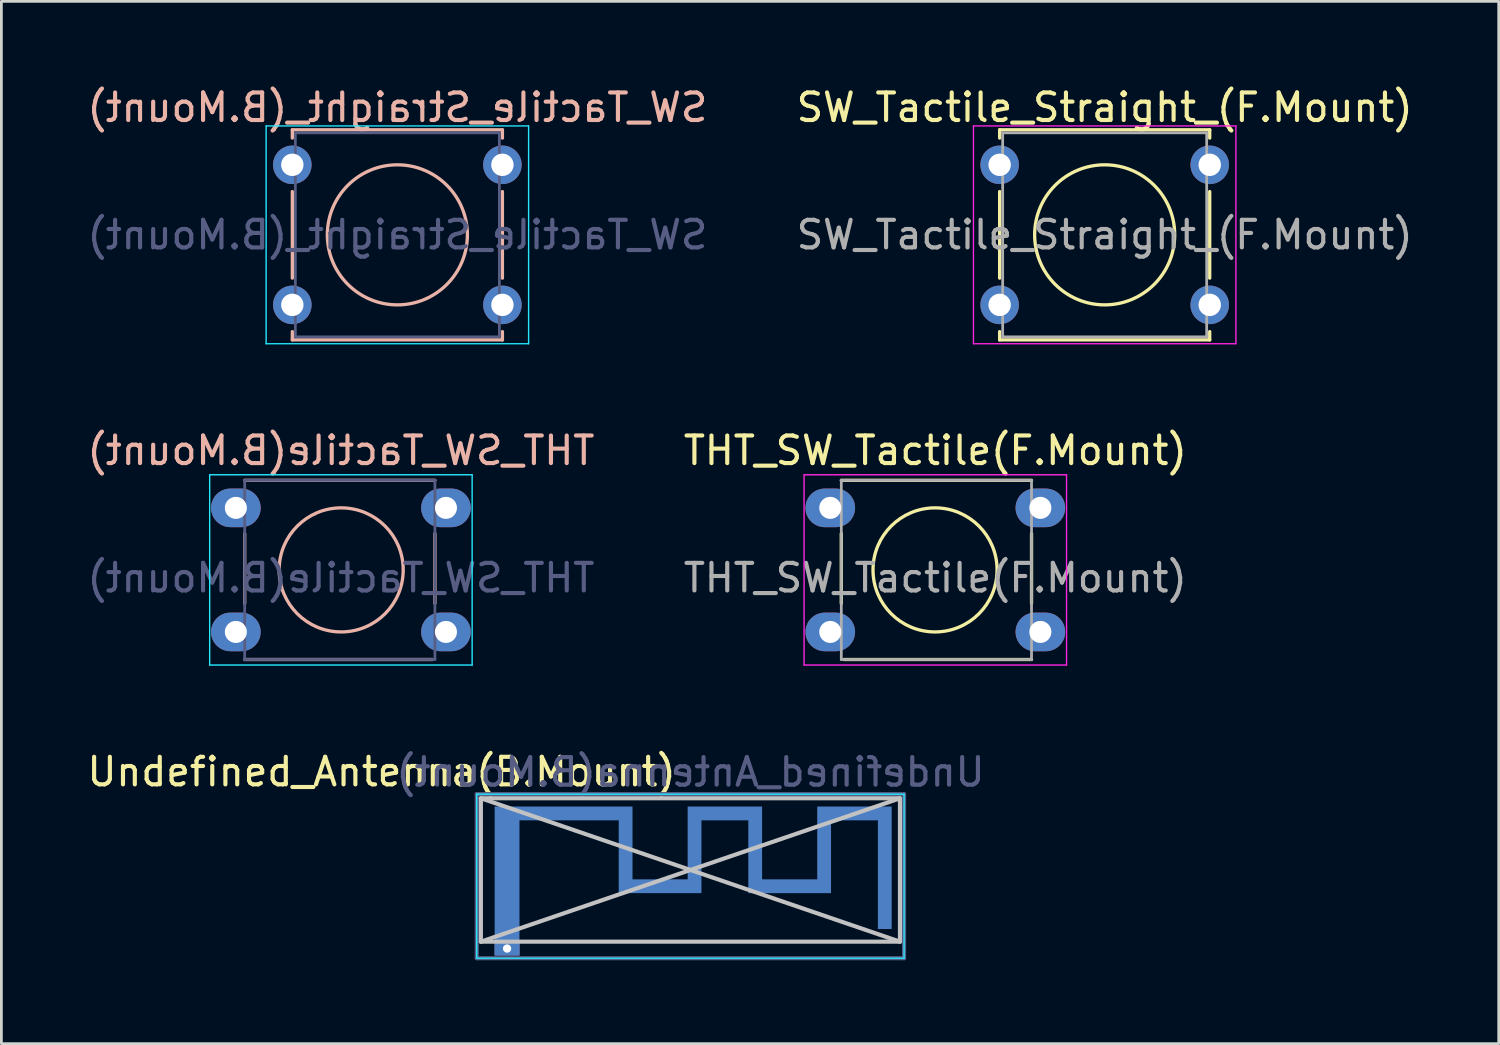
<source format=kicad_pcb>
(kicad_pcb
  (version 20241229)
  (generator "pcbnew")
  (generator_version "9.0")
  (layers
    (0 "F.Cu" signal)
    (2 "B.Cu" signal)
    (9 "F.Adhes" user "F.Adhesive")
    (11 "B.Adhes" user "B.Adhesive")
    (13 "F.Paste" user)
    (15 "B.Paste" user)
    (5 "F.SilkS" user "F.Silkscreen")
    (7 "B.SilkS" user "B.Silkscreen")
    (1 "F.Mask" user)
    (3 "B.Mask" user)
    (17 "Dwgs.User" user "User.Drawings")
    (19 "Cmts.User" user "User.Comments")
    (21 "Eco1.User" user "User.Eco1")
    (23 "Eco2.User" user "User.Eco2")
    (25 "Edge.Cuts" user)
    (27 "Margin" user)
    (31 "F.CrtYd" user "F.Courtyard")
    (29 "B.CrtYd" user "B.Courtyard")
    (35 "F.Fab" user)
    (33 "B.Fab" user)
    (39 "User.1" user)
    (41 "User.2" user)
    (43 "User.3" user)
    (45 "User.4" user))
  (footprint "THT_SW_Tactile(F.Mount)"
    (layer "F.Cu")
    (at 27.065 15.371)
    (property "Reference" "THT_SW_Tactile(F.Mount)" (at 3.81 -2.08 0) (layer "F.SilkS") (effects (font (size 1 1) (thickness 0.15))))
    (attr through_hole)
    (fp_line (start 0.4 -1) (end 7.3 -1) (stroke (width 0.12) (type solid)) (layer "F.SilkS"))
    (fp_line (start 0.4 0.935) (end 0.4 3.465) (stroke (width 0.12) (type solid)) (layer "F.SilkS"))
    (fp_line (start 7.3 0.935) (end 7.3 3.465) (stroke (width 0.12) (type solid)) (layer "F.SilkS"))
    (fp_line (start 7.3 5.5) (end 0.5 5.5) (stroke (width 0.12) (type solid)) (layer "F.SilkS"))
    (fp_circle (center 3.8 2.25) (end 6.05 2.25) (stroke (width 0.12) (type solid)) (fill no) (layer "F.SilkS"))
    (fp_line (start -0.95 -1.2) (end -0.95 5.7) (stroke (width 0.05) (type solid)) (layer "F.CrtYd"))
    (fp_line (start -0.95 -1.2) (end 8.57 -1.2) (stroke (width 0.05) (type solid)) (layer "F.CrtYd"))
    (fp_line (start 8.57 5.7) (end -0.95 5.7) (stroke (width 0.05) (type solid)) (layer "F.CrtYd"))
    (fp_line (start 8.57 5.7) (end 8.57 -1.2) (stroke (width 0.05) (type solid)) (layer "F.CrtYd"))
    (fp_line (start 0.4 -1) (end 7.3 -1) (stroke (width 0.1) (type solid)) (layer "F.Fab"))
    (fp_line (start 0.4 5.5) (end 0.4 -1) (stroke (width 0.1) (type solid)) (layer "F.Fab"))
    (fp_line (start 7.3 -1) (end 7.3 5.5) (stroke (width 0.1) (type solid)) (layer "F.Fab"))
    (fp_line (start 7.3 5.5) (end 0.4 5.5) (stroke (width 0.1) (type solid)) (layer "F.Fab"))
    (fp_text user "${REFERENCE}" (at 3.81 2.54 0) (layer "F.Fab") (effects (font (size 1 1) (thickness 0.15))))
    (pad "1" thru_hole oval (at 0 0) (size 1.8 1.4) (drill 0.8) (layers "*.Cu" "*.Mask"))
    (pad "2" thru_hole oval (at 7.62 0) (size 1.8 1.4) (drill 0.8) (layers "*.Cu" "*.Mask"))
    (pad "3" thru_hole oval (at 0 4.5) (size 1.8 1.4) (drill 0.8) (layers "*.Cu" "*.Mask"))
    (pad "4" thru_hole oval (at 7.62 4.5) (size 1.8 1.4) (drill 0.8) (layers "*.Cu" "*.Mask")))
  (footprint "THT_SW_Tactile(B.Mount)"
    (layer "F.Cu")
    (at 13.125 15.371)
    (property "Reference" "THT_SW_Tactile(B.Mount)" (at -3.81 -2.08 0) (layer "B.SilkS") (effects (font (size 1 1) (thickness 0.15)) (justify mirror)))
    (attr through_hole)
    (fp_line (start -7.3 0.935) (end -7.3 3.465) (stroke (width 0.12) (type solid)) (layer "B.SilkS"))
    (fp_line (start -7.3 5.5) (end -0.5 5.5) (stroke (width 0.12) (type solid)) (layer "B.SilkS"))
    (fp_line (start -0.4 -1) (end -7.3 -1) (stroke (width 0.12) (type solid)) (layer "B.SilkS"))
    (fp_line (start -0.4 0.935) (end -0.4 3.465) (stroke (width 0.12) (type solid)) (layer "B.SilkS"))
    (fp_circle (center -3.8 2.25) (end -6.05 2.25) (stroke (width 0.12) (type solid)) (fill no) (layer "B.SilkS"))
    (fp_line (start -8.57 5.7) (end -8.57 -1.2) (stroke (width 0.05) (type solid)) (layer "B.CrtYd"))
    (fp_line (start -8.57 5.7) (end 0.95 5.7) (stroke (width 0.05) (type solid)) (layer "B.CrtYd"))
    (fp_line (start 0.95 -1.2) (end -8.57 -1.2) (stroke (width 0.05) (type solid)) (layer "B.CrtYd"))
    (fp_line (start 0.95 -1.2) (end 0.95 5.7) (stroke (width 0.05) (type solid)) (layer "B.CrtYd"))
    (fp_line (start -7.3 -1) (end -7.3 5.5) (stroke (width 0.1) (type solid)) (layer "B.Fab"))
    (fp_line (start -7.3 5.5) (end -0.4 5.5) (stroke (width 0.1) (type solid)) (layer "B.Fab"))
    (fp_line (start -0.4 -1) (end -7.3 -1) (stroke (width 0.1) (type solid)) (layer "B.Fab"))
    (fp_line (start -0.4 5.5) (end -0.4 -1) (stroke (width 0.1) (type solid)) (layer "B.Fab"))
    (fp_text user "${REFERENCE}" (at -3.81 2.54 0) (layer "B.Fab") (effects (font (size 1 1) (thickness 0.15)) (justify mirror)))
    (pad "1" thru_hole oval (at 0 0) (size 1.8 1.4) (drill 0.8) (layers "*.Cu" "*.Mask"))
    (pad "2" thru_hole oval (at -7.62 0) (size 1.8 1.4) (drill 0.8) (layers "*.Cu" "*.Mask"))
    (pad "3" thru_hole oval (at 0 4.5) (size 1.8 1.4) (drill 0.8) (layers "*.Cu" "*.Mask"))
    (pad "4" thru_hole oval (at -7.62 4.5) (size 1.8 1.4) (drill 0.8) (layers "*.Cu" "*.Mask")))
  (footprint "Undefined_Antenna(B.Mount)"
    (layer "F.Cu")
    (at 15.342 31.355)
    (property "Reference" "Undefined_Antenna(B.Mount)" (at -4.55 -6.41 0) (layer "F.SilkS") (effects (font (size 1 1) (thickness 0.15))))
    (attr exclude_from_pos_files exclude_from_bom)
    (fp_poly (pts (xy 4.55 -2.51) (xy 6.55 -2.51) (xy 6.55 -5.15) (xy 9.25 -5.15) (xy 9.25 -2.51) (xy 11.25 -2.51) (xy 11.25 -5.15) (xy 13.95 -5.15) (xy 13.95 -0.71) (xy 13.45 -0.71) (xy 13.45 -4.65) (xy 11.75 -4.65) (xy 11.75 -2.01) (xy 8.75 -2.01) (xy 8.75 -4.65) (xy 7.05 -4.65) (xy 7.05 -2.01) (xy 4.05 -2.01) (xy 4.05 -4.65) (xy 2.35 -4.65) (xy 1.85 -4.65) (xy 0.45 -4.65) (xy 0.45 0.25) (xy -0.45 0.25) (xy -0.45 0.007) (xy -0.148 0.007) (xy -0.138 0.054) (xy -0.114 0.097) (xy -0.076 0.13) (xy -0.068 0.134) (xy -0.025 0.146) (xy 0.023 0.145) (xy 0.069 0.132) (xy 0.087 0.122) (xy 0.121 0.087) (xy 0.142 0.041) (xy 0.148 -0.008) (xy 0.14 -0.056) (xy 0.123 -0.089) (xy 0.088 -0.121) (xy 0.042 -0.141) (xy -0.007 -0.148) (xy -0.055 -0.14) (xy -0.088 -0.123) (xy -0.123 -0.086) (xy -0.143 -0.042) (xy -0.148 0.007) (xy -0.45 0.007) (xy -0.45 -5.15) (xy 4.55 -5.15) (xy 4.55 -2.51)) (stroke (width 0) (type solid)) (fill yes) (layer "B.Cu"))
    (fp_line (start -0.95 -5.45) (end 14.25 -5.45) (stroke (width 0.15) (type solid)) (layer "Dwgs.User"))
    (fp_line (start -0.95 -5.45) (end 14.25 -0.25) (stroke (width 0.15) (type solid)) (layer "Dwgs.User"))
    (fp_line (start -0.95 -0.25) (end -0.95 -5.45) (stroke (width 0.15) (type solid)) (layer "Dwgs.User"))
    (fp_line (start -0.95 -0.25) (end 14.25 -5.45) (stroke (width 0.15) (type solid)) (layer "Dwgs.User"))
    (fp_line (start -0.95 -0.25) (end 14.25 -0.25) (stroke (width 0.15) (type solid)) (layer "Dwgs.User"))
    (fp_line (start 14.25 -0.25) (end 14.25 -5.45) (stroke (width 0.15) (type solid)) (layer "Dwgs.User"))
    (fp_line (start -1.1 -5.6) (end 14.4 -5.6) (stroke (width 0.05) (type solid)) (layer "B.CrtYd"))
    (fp_line (start -1.1 0.35) (end -1.1 -5.6) (stroke (width 0.05) (type solid)) (layer "B.CrtYd"))
    (fp_line (start 14.4 -5.6) (end 14.4 0.35) (stroke (width 0.05) (type solid)) (layer "B.CrtYd"))
    (fp_line (start 14.4 0.35) (end -1.1 0.35) (stroke (width 0.05) (type solid)) (layer "B.CrtYd"))
    (fp_line (start -1.1 -5.6) (end 14.4 -5.6) (stroke (width 0.15) (type solid)) (layer "B.Fab"))
    (fp_line (start -1.1 0.35) (end -1.1 -5.6) (stroke (width 0.15) (type solid)) (layer "B.Fab"))
    (fp_line (start 14.4 -5.6) (end 14.4 0.35) (stroke (width 0.15) (type solid)) (layer "B.Fab"))
    (fp_line (start 14.4 0.35) (end -1.1 0.35) (stroke (width 0.15) (type solid)) (layer "B.Fab"))
    (fp_text user "${REFERENCE}" (at 6.65 -6.4 0) (layer "B.Fab") (effects (font (size 1 1) (thickness 0.15)) (justify mirror)))
    (pad "2" thru_hole rect (at 0 0) (size 0.9 0.5) (drill 0.3) (layers "*.Cu"))
    (zone (net_name "") (layer "B.Cu") (hatch edge 0.508) (connect_pads) (min_thickness 0.254) (filled_areas_thickness no) (keepout (tracks not_allowed) (vias not_allowed) (pads not_allowed) (copperpour allowed) (footprints allowed)) (placement (enabled no)) (fill) (polygon (pts (xy 14.142 31.805) (xy 29.842 31.805) (xy 29.842 25.655) (xy 14.142 25.655)))))
  (footprint "SW_Tactile_Straight_(F.Mount)"
    (layer "F.Cu")
    (at 33.208 2.928)
    (property "Reference" "SW_Tactile_Straight_(F.Mount)" (at 3.81 -2.08 0) (layer "F.SilkS") (effects (font (size 1 1) (thickness 0.15))))
    (attr through_hole)
    (fp_line (start 0 -1.27) (end 0 -0.97) (stroke (width 0.12) (type solid)) (layer "F.SilkS"))
    (fp_line (start 0 -1.27) (end 7.62 -1.27) (stroke (width 0.12) (type solid)) (layer "F.SilkS"))
    (fp_line (start 0 0.97) (end 0 4.11) (stroke (width 0.12) (type solid)) (layer "F.SilkS"))
    (fp_line (start 0 6.05) (end 0 6.35) (stroke (width 0.12) (type solid)) (layer "F.SilkS"))
    (fp_line (start 7.62 -1.27) (end 7.62 -0.97) (stroke (width 0.12) (type solid)) (layer "F.SilkS"))
    (fp_line (start 7.62 0.97) (end 7.62 4.11) (stroke (width 0.12) (type solid)) (layer "F.SilkS"))
    (fp_line (start 7.62 6.05) (end 7.62 6.35) (stroke (width 0.12) (type solid)) (layer "F.SilkS"))
    (fp_line (start 7.62 6.35) (end 0 6.35) (stroke (width 0.12) (type solid)) (layer "F.SilkS"))
    (fp_circle (center 3.81 2.54) (end 3.81 0) (stroke (width 0.12) (type solid)) (fill no) (layer "F.SilkS"))
    (fp_line (start -0.95 -1.41) (end -0.95 6.49) (stroke (width 0.05) (type solid)) (layer "F.CrtYd"))
    (fp_line (start -0.95 -1.41) (end 8.57 -1.41) (stroke (width 0.05) (type solid)) (layer "F.CrtYd"))
    (fp_line (start 8.57 6.49) (end -0.95 6.49) (stroke (width 0.05) (type solid)) (layer "F.CrtYd"))
    (fp_line (start 8.57 6.49) (end 8.57 -1.41) (stroke (width 0.05) (type solid)) (layer "F.CrtYd"))
    (fp_line (start 0.11 -1.16) (end 7.51 -1.16) (stroke (width 0.1) (type solid)) (layer "F.Fab"))
    (fp_line (start 0.11 6.24) (end 0.11 -1.16) (stroke (width 0.1) (type solid)) (layer "F.Fab"))
    (fp_line (start 7.51 -1.16) (end 7.51 6.24) (stroke (width 0.1) (type solid)) (layer "F.Fab"))
    (fp_line (start 7.51 6.24) (end 0.11 6.24) (stroke (width 0.1) (type solid)) (layer "F.Fab"))
    (fp_text user "${REFERENCE}" (at 3.81 2.54 0) (layer "F.Fab") (effects (font (size 1 1) (thickness 0.15))))
    (pad "1" thru_hole circle (at 0 0) (size 1.397 1.397) (drill 0.813) (layers "*.Cu" "*.Mask"))
    (pad "2" thru_hole circle (at 7.62 0) (size 1.397 1.397) (drill 0.813) (layers "*.Cu" "*.Mask"))
    (pad "3" thru_hole circle (at 0 5.08) (size 1.397 1.397) (drill 0.813) (layers "*.Cu" "*.Mask"))
    (pad "4" thru_hole circle (at 7.62 5.08) (size 1.397 1.397) (drill 0.813) (layers "*.Cu" "*.Mask")))
  (footprint "SW_Tactile_Straight_(B.Mount)"
    (layer "F.Cu")
    (at 15.173 2.928)
    (property "Reference" "SW_Tactile_Straight_(B.Mount)" (at -3.81 -2.08 0) (layer "B.SilkS") (effects (font (size 1 1) (thickness 0.15)) (justify mirror)))
    (attr through_hole)
    (fp_line (start -7.62 -1.27) (end -7.62 -0.97) (stroke (width 0.12) (type solid)) (layer "B.SilkS"))
    (fp_line (start -7.62 0.97) (end -7.62 4.11) (stroke (width 0.12) (type solid)) (layer "B.SilkS"))
    (fp_line (start -7.62 6.05) (end -7.62 6.35) (stroke (width 0.12) (type solid)) (layer "B.SilkS"))
    (fp_line (start -7.62 6.35) (end 0 6.35) (stroke (width 0.12) (type solid)) (layer "B.SilkS"))
    (fp_line (start 0 -1.27) (end -7.62 -1.27) (stroke (width 0.12) (type solid)) (layer "B.SilkS"))
    (fp_line (start 0 -1.27) (end 0 -0.97) (stroke (width 0.12) (type solid)) (layer "B.SilkS"))
    (fp_line (start 0 0.97) (end 0 4.11) (stroke (width 0.12) (type solid)) (layer "B.SilkS"))
    (fp_line (start 0 6.05) (end 0 6.35) (stroke (width 0.12) (type solid)) (layer "B.SilkS"))
    (fp_circle (center -3.81 2.54) (end -3.81 0) (stroke (width 0.12) (type solid)) (fill no) (layer "B.SilkS"))
    (fp_line (start -8.57 6.49) (end -8.57 -1.41) (stroke (width 0.05) (type solid)) (layer "B.CrtYd"))
    (fp_line (start -8.57 6.49) (end 0.95 6.49) (stroke (width 0.05) (type solid)) (layer "B.CrtYd"))
    (fp_line (start 0.95 -1.41) (end -8.57 -1.41) (stroke (width 0.05) (type solid)) (layer "B.CrtYd"))
    (fp_line (start 0.95 -1.41) (end 0.95 6.49) (stroke (width 0.05) (type solid)) (layer "B.CrtYd"))
    (fp_line (start -7.51 -1.16) (end -7.51 6.24) (stroke (width 0.1) (type solid)) (layer "B.Fab"))
    (fp_line (start -7.51 6.24) (end -0.11 6.24) (stroke (width 0.1) (type solid)) (layer "B.Fab"))
    (fp_line (start -0.11 -1.16) (end -7.51 -1.16) (stroke (width 0.1) (type solid)) (layer "B.Fab"))
    (fp_line (start -0.11 6.24) (end -0.11 -1.16) (stroke (width 0.1) (type solid)) (layer "B.Fab"))
    (fp_text user "${REFERENCE}" (at -3.81 2.54 0) (layer "B.Fab") (effects (font (size 1 1) (thickness 0.15)) (justify mirror)))
    (pad "1" thru_hole circle (at 0 0) (size 1.397 1.397) (drill 0.813) (layers "*.Cu" "*.Mask"))
    (pad "2" thru_hole circle (at 0 5.08) (size 1.397 1.397) (drill 0.813) (layers "*.Cu" "*.Mask"))
    (pad "3" thru_hole circle (at -7.62 0) (size 1.397 1.397) (drill 0.813) (layers "*.Cu" "*.Mask"))
    (pad "4" thru_hole circle (at -7.62 5.08) (size 1.397 1.397) (drill 0.813) (layers "*.Cu" "*.Mask")))
  (gr_rect
    (start -3 -3)
    (end 51.31 34.805)
    (stroke (width 0.1) (type default))
    (fill no)
    (layer "Edge.Cuts")))
</source>
